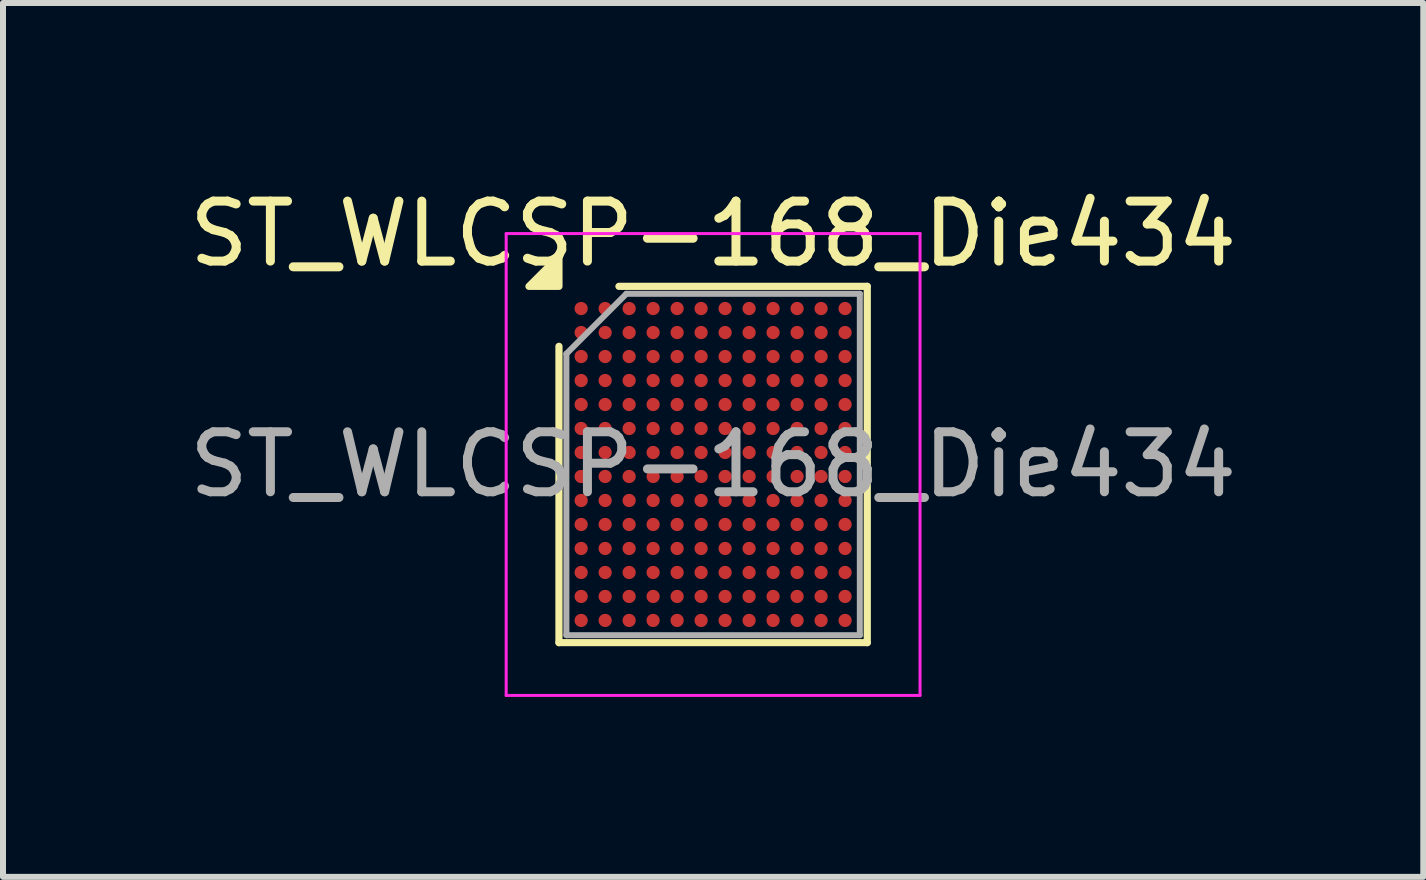
<source format=kicad_pcb>
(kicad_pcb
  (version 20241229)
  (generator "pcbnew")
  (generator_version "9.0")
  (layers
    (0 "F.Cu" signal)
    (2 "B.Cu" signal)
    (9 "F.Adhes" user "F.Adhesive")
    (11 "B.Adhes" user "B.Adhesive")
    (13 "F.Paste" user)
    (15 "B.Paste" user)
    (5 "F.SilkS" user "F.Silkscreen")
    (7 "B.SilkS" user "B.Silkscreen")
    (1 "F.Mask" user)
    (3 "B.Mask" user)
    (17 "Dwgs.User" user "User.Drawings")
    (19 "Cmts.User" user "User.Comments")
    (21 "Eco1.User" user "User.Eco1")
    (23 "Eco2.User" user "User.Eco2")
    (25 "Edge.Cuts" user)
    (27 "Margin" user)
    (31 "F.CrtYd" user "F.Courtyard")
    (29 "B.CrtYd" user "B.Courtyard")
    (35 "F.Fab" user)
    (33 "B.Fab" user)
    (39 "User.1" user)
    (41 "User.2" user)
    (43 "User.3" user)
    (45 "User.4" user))
  (footprint "ST_WLCSP-168_Die434"
    (layer "F.Cu")
    (at 8.839 4.694)
    (property "Reference" "ST_WLCSP-168_Die434" (at 0 -3.846 0) (layer "F.SilkS") (effects (font (size 1 1) (thickness 0.15))))
    (attr smd)
    (fp_line (start -2.57 2.97) (end -2.57 -1.97) (stroke (width 0.12) (type solid)) (layer "F.SilkS"))
    (fp_line (start -1.57 -2.97) (end 2.57 -2.97) (stroke (width 0.12) (type solid)) (layer "F.SilkS"))
    (fp_line (start 2.57 -2.97) (end 2.57 2.97) (stroke (width 0.12) (type solid)) (layer "F.SilkS"))
    (fp_line (start 2.57 2.97) (end -2.57 2.97) (stroke (width 0.12) (type solid)) (layer "F.SilkS"))
    (fp_poly (pts (xy -2.57 -2.97) (xy -3.07 -2.97) (xy -2.57 -3.47)) (stroke (width 0.12) (type solid)) (fill yes) (layer "F.SilkS"))
    (fp_line (start -3.45 -3.85) (end -3.45 3.85) (stroke (width 0.05) (type solid)) (layer "F.CrtYd"))
    (fp_line (start -3.45 3.85) (end 3.45 3.85) (stroke (width 0.05) (type solid)) (layer "F.CrtYd"))
    (fp_line (start 3.45 -3.85) (end -3.45 -3.85) (stroke (width 0.05) (type solid)) (layer "F.CrtYd"))
    (fp_line (start 3.45 3.85) (end 3.45 -3.85) (stroke (width 0.05) (type solid)) (layer "F.CrtYd"))
    (fp_line (start -2.446 -1.846) (end -1.446 -2.846) (stroke (width 0.1) (type solid)) (layer "F.Fab"))
    (fp_line (start -2.446 2.846) (end -2.446 -1.846) (stroke (width 0.1) (type solid)) (layer "F.Fab"))
    (fp_line (start -1.446 -2.846) (end 2.446 -2.846) (stroke (width 0.1) (type solid)) (layer "F.Fab"))
    (fp_line (start 2.446 -2.846) (end 2.446 2.846) (stroke (width 0.1) (type solid)) (layer "F.Fab"))
    (fp_line (start 2.446 2.846) (end -2.446 2.846) (stroke (width 0.1) (type solid)) (layer "F.Fab"))
    (fp_text user "${REFERENCE}" (at 0 0 0) (layer "F.Fab") (effects (font (size 1 1) (thickness 0.15))))
    (pad "A1" smd circle (at -2.2 -2.6) (size 0.22 0.22) (property pad_prop_bga) (layers "F.Cu" "F.Mask" "F.Paste"))
    (pad "A2" smd circle (at -1.8 -2.6) (size 0.22 0.22) (property pad_prop_bga) (layers "F.Cu" "F.Mask" "F.Paste"))
    (pad "A3" smd circle (at -1.4 -2.6) (size 0.22 0.22) (property pad_prop_bga) (layers "F.Cu" "F.Mask" "F.Paste"))
    (pad "A4" smd circle (at -1 -2.6) (size 0.22 0.22) (property pad_prop_bga) (layers "F.Cu" "F.Mask" "F.Paste"))
    (pad "A5" smd circle (at -0.6 -2.6) (size 0.22 0.22) (property pad_prop_bga) (layers "F.Cu" "F.Mask" "F.Paste"))
    (pad "A6" smd circle (at -0.2 -2.6) (size 0.22 0.22) (property pad_prop_bga) (layers "F.Cu" "F.Mask" "F.Paste"))
    (pad "A7" smd circle (at 0.2 -2.6) (size 0.22 0.22) (property pad_prop_bga) (layers "F.Cu" "F.Mask" "F.Paste"))
    (pad "A8" smd circle (at 0.6 -2.6) (size 0.22 0.22) (property pad_prop_bga) (layers "F.Cu" "F.Mask" "F.Paste"))
    (pad "A9" smd circle (at 1 -2.6) (size 0.22 0.22) (property pad_prop_bga) (layers "F.Cu" "F.Mask" "F.Paste"))
    (pad "A10" smd circle (at 1.4 -2.6) (size 0.22 0.22) (property pad_prop_bga) (layers "F.Cu" "F.Mask" "F.Paste"))
    (pad "A11" smd circle (at 1.8 -2.6) (size 0.22 0.22) (property pad_prop_bga) (layers "F.Cu" "F.Mask" "F.Paste"))
    (pad "A12" smd circle (at 2.2 -2.6) (size 0.22 0.22) (property pad_prop_bga) (layers "F.Cu" "F.Mask" "F.Paste"))
    (pad "B1" smd circle (at -2.2 -2.2) (size 0.22 0.22) (property pad_prop_bga) (layers "F.Cu" "F.Mask" "F.Paste"))
    (pad "B2" smd circle (at -1.8 -2.2) (size 0.22 0.22) (property pad_prop_bga) (layers "F.Cu" "F.Mask" "F.Paste"))
    (pad "B3" smd circle (at -1.4 -2.2) (size 0.22 0.22) (property pad_prop_bga) (layers "F.Cu" "F.Mask" "F.Paste"))
    (pad "B4" smd circle (at -1 -2.2) (size 0.22 0.22) (property pad_prop_bga) (layers "F.Cu" "F.Mask" "F.Paste"))
    (pad "B5" smd circle (at -0.6 -2.2) (size 0.22 0.22) (property pad_prop_bga) (layers "F.Cu" "F.Mask" "F.Paste"))
    (pad "B6" smd circle (at -0.2 -2.2) (size 0.22 0.22) (property pad_prop_bga) (layers "F.Cu" "F.Mask" "F.Paste"))
    (pad "B7" smd circle (at 0.2 -2.2) (size 0.22 0.22) (property pad_prop_bga) (layers "F.Cu" "F.Mask" "F.Paste"))
    (pad "B8" smd circle (at 0.6 -2.2) (size 0.22 0.22) (property pad_prop_bga) (layers "F.Cu" "F.Mask" "F.Paste"))
    (pad "B9" smd circle (at 1 -2.2) (size 0.22 0.22) (property pad_prop_bga) (layers "F.Cu" "F.Mask" "F.Paste"))
    (pad "B10" smd circle (at 1.4 -2.2) (size 0.22 0.22) (property pad_prop_bga) (layers "F.Cu" "F.Mask" "F.Paste"))
    (pad "B11" smd circle (at 1.8 -2.2) (size 0.22 0.22) (property pad_prop_bga) (layers "F.Cu" "F.Mask" "F.Paste"))
    (pad "B12" smd circle (at 2.2 -2.2) (size 0.22 0.22) (property pad_prop_bga) (layers "F.Cu" "F.Mask" "F.Paste"))
    (pad "C1" smd circle (at -2.2 -1.8) (size 0.22 0.22) (property pad_prop_bga) (layers "F.Cu" "F.Mask" "F.Paste"))
    (pad "C2" smd circle (at -1.8 -1.8) (size 0.22 0.22) (property pad_prop_bga) (layers "F.Cu" "F.Mask" "F.Paste"))
    (pad "C3" smd circle (at -1.4 -1.8) (size 0.22 0.22) (property pad_prop_bga) (layers "F.Cu" "F.Mask" "F.Paste"))
    (pad "C4" smd circle (at -1 -1.8) (size 0.22 0.22) (property pad_prop_bga) (layers "F.Cu" "F.Mask" "F.Paste"))
    (pad "C5" smd circle (at -0.6 -1.8) (size 0.22 0.22) (property pad_prop_bga) (layers "F.Cu" "F.Mask" "F.Paste"))
    (pad "C6" smd circle (at -0.2 -1.8) (size 0.22 0.22) (property pad_prop_bga) (layers "F.Cu" "F.Mask" "F.Paste"))
    (pad "C7" smd circle (at 0.2 -1.8) (size 0.22 0.22) (property pad_prop_bga) (layers "F.Cu" "F.Mask" "F.Paste"))
    (pad "C8" smd circle (at 0.6 -1.8) (size 0.22 0.22) (property pad_prop_bga) (layers "F.Cu" "F.Mask" "F.Paste"))
    (pad "C9" smd circle (at 1 -1.8) (size 0.22 0.22) (property pad_prop_bga) (layers "F.Cu" "F.Mask" "F.Paste"))
    (pad "C10" smd circle (at 1.4 -1.8) (size 0.22 0.22) (property pad_prop_bga) (layers "F.Cu" "F.Mask" "F.Paste"))
    (pad "C11" smd circle (at 1.8 -1.8) (size 0.22 0.22) (property pad_prop_bga) (layers "F.Cu" "F.Mask" "F.Paste"))
    (pad "C12" smd circle (at 2.2 -1.8) (size 0.22 0.22) (property pad_prop_bga) (layers "F.Cu" "F.Mask" "F.Paste"))
    (pad "D1" smd circle (at -2.2 -1.4) (size 0.22 0.22) (property pad_prop_bga) (layers "F.Cu" "F.Mask" "F.Paste"))
    (pad "D2" smd circle (at -1.8 -1.4) (size 0.22 0.22) (property pad_prop_bga) (layers "F.Cu" "F.Mask" "F.Paste"))
    (pad "D3" smd circle (at -1.4 -1.4) (size 0.22 0.22) (property pad_prop_bga) (layers "F.Cu" "F.Mask" "F.Paste"))
    (pad "D4" smd circle (at -1 -1.4) (size 0.22 0.22) (property pad_prop_bga) (layers "F.Cu" "F.Mask" "F.Paste"))
    (pad "D5" smd circle (at -0.6 -1.4) (size 0.22 0.22) (property pad_prop_bga) (layers "F.Cu" "F.Mask" "F.Paste"))
    (pad "D6" smd circle (at -0.2 -1.4) (size 0.22 0.22) (property pad_prop_bga) (layers "F.Cu" "F.Mask" "F.Paste"))
    (pad "D7" smd circle (at 0.2 -1.4) (size 0.22 0.22) (property pad_prop_bga) (layers "F.Cu" "F.Mask" "F.Paste"))
    (pad "D8" smd circle (at 0.6 -1.4) (size 0.22 0.22) (property pad_prop_bga) (layers "F.Cu" "F.Mask" "F.Paste"))
    (pad "D9" smd circle (at 1 -1.4) (size 0.22 0.22) (property pad_prop_bga) (layers "F.Cu" "F.Mask" "F.Paste"))
    (pad "D10" smd circle (at 1.4 -1.4) (size 0.22 0.22) (property pad_prop_bga) (layers "F.Cu" "F.Mask" "F.Paste"))
    (pad "D11" smd circle (at 1.8 -1.4) (size 0.22 0.22) (property pad_prop_bga) (layers "F.Cu" "F.Mask" "F.Paste"))
    (pad "D12" smd circle (at 2.2 -1.4) (size 0.22 0.22) (property pad_prop_bga) (layers "F.Cu" "F.Mask" "F.Paste"))
    (pad "E1" smd circle (at -2.2 -1) (size 0.22 0.22) (property pad_prop_bga) (layers "F.Cu" "F.Mask" "F.Paste"))
    (pad "E2" smd circle (at -1.8 -1) (size 0.22 0.22) (property pad_prop_bga) (layers "F.Cu" "F.Mask" "F.Paste"))
    (pad "E3" smd circle (at -1.4 -1) (size 0.22 0.22) (property pad_prop_bga) (layers "F.Cu" "F.Mask" "F.Paste"))
    (pad "E4" smd circle (at -1 -1) (size 0.22 0.22) (property pad_prop_bga) (layers "F.Cu" "F.Mask" "F.Paste"))
    (pad "E5" smd circle (at -0.6 -1) (size 0.22 0.22) (property pad_prop_bga) (layers "F.Cu" "F.Mask" "F.Paste"))
    (pad "E6" smd circle (at -0.2 -1) (size 0.22 0.22) (property pad_prop_bga) (layers "F.Cu" "F.Mask" "F.Paste"))
    (pad "E7" smd circle (at 0.2 -1) (size 0.22 0.22) (property pad_prop_bga) (layers "F.Cu" "F.Mask" "F.Paste"))
    (pad "E8" smd circle (at 0.6 -1) (size 0.22 0.22) (property pad_prop_bga) (layers "F.Cu" "F.Mask" "F.Paste"))
    (pad "E9" smd circle (at 1 -1) (size 0.22 0.22) (property pad_prop_bga) (layers "F.Cu" "F.Mask" "F.Paste"))
    (pad "E10" smd circle (at 1.4 -1) (size 0.22 0.22) (property pad_prop_bga) (layers "F.Cu" "F.Mask" "F.Paste"))
    (pad "E11" smd circle (at 1.8 -1) (size 0.22 0.22) (property pad_prop_bga) (layers "F.Cu" "F.Mask" "F.Paste"))
    (pad "E12" smd circle (at 2.2 -1) (size 0.22 0.22) (property pad_prop_bga) (layers "F.Cu" "F.Mask" "F.Paste"))
    (pad "F1" smd circle (at -2.2 -0.6) (size 0.22 0.22) (property pad_prop_bga) (layers "F.Cu" "F.Mask" "F.Paste"))
    (pad "F2" smd circle (at -1.8 -0.6) (size 0.22 0.22) (property pad_prop_bga) (layers "F.Cu" "F.Mask" "F.Paste"))
    (pad "F3" smd circle (at -1.4 -0.6) (size 0.22 0.22) (property pad_prop_bga) (layers "F.Cu" "F.Mask" "F.Paste"))
    (pad "F4" smd circle (at -1 -0.6) (size 0.22 0.22) (property pad_prop_bga) (layers "F.Cu" "F.Mask" "F.Paste"))
    (pad "F5" smd circle (at -0.6 -0.6) (size 0.22 0.22) (property pad_prop_bga) (layers "F.Cu" "F.Mask" "F.Paste"))
    (pad "F6" smd circle (at -0.2 -0.6) (size 0.22 0.22) (property pad_prop_bga) (layers "F.Cu" "F.Mask" "F.Paste"))
    (pad "F7" smd circle (at 0.2 -0.6) (size 0.22 0.22) (property pad_prop_bga) (layers "F.Cu" "F.Mask" "F.Paste"))
    (pad "F8" smd circle (at 0.6 -0.6) (size 0.22 0.22) (property pad_prop_bga) (layers "F.Cu" "F.Mask" "F.Paste"))
    (pad "F9" smd circle (at 1 -0.6) (size 0.22 0.22) (property pad_prop_bga) (layers "F.Cu" "F.Mask" "F.Paste"))
    (pad "F10" smd circle (at 1.4 -0.6) (size 0.22 0.22) (property pad_prop_bga) (layers "F.Cu" "F.Mask" "F.Paste"))
    (pad "F11" smd circle (at 1.8 -0.6) (size 0.22 0.22) (property pad_prop_bga) (layers "F.Cu" "F.Mask" "F.Paste"))
    (pad "F12" smd circle (at 2.2 -0.6) (size 0.22 0.22) (property pad_prop_bga) (layers "F.Cu" "F.Mask" "F.Paste"))
    (pad "G1" smd circle (at -2.2 -0.2) (size 0.22 0.22) (property pad_prop_bga) (layers "F.Cu" "F.Mask" "F.Paste"))
    (pad "G2" smd circle (at -1.8 -0.2) (size 0.22 0.22) (property pad_prop_bga) (layers "F.Cu" "F.Mask" "F.Paste"))
    (pad "G3" smd circle (at -1.4 -0.2) (size 0.22 0.22) (property pad_prop_bga) (layers "F.Cu" "F.Mask" "F.Paste"))
    (pad "G4" smd circle (at -1 -0.2) (size 0.22 0.22) (property pad_prop_bga) (layers "F.Cu" "F.Mask" "F.Paste"))
    (pad "G5" smd circle (at -0.6 -0.2) (size 0.22 0.22) (property pad_prop_bga) (layers "F.Cu" "F.Mask" "F.Paste"))
    (pad "G6" smd circle (at -0.2 -0.2) (size 0.22 0.22) (property pad_prop_bga) (layers "F.Cu" "F.Mask" "F.Paste"))
    (pad "G7" smd circle (at 0.2 -0.2) (size 0.22 0.22) (property pad_prop_bga) (layers "F.Cu" "F.Mask" "F.Paste"))
    (pad "G8" smd circle (at 0.6 -0.2) (size 0.22 0.22) (property pad_prop_bga) (layers "F.Cu" "F.Mask" "F.Paste"))
    (pad "G9" smd circle (at 1 -0.2) (size 0.22 0.22) (property pad_prop_bga) (layers "F.Cu" "F.Mask" "F.Paste"))
    (pad "G10" smd circle (at 1.4 -0.2) (size 0.22 0.22) (property pad_prop_bga) (layers "F.Cu" "F.Mask" "F.Paste"))
    (pad "G11" smd circle (at 1.8 -0.2) (size 0.22 0.22) (property pad_prop_bga) (layers "F.Cu" "F.Mask" "F.Paste"))
    (pad "G12" smd circle (at 2.2 -0.2) (size 0.22 0.22) (property pad_prop_bga) (layers "F.Cu" "F.Mask" "F.Paste"))
    (pad "H1" smd circle (at -2.2 0.2) (size 0.22 0.22) (property pad_prop_bga) (layers "F.Cu" "F.Mask" "F.Paste"))
    (pad "H2" smd circle (at -1.8 0.2) (size 0.22 0.22) (property pad_prop_bga) (layers "F.Cu" "F.Mask" "F.Paste"))
    (pad "H3" smd circle (at -1.4 0.2) (size 0.22 0.22) (property pad_prop_bga) (layers "F.Cu" "F.Mask" "F.Paste"))
    (pad "H4" smd circle (at -1 0.2) (size 0.22 0.22) (property pad_prop_bga) (layers "F.Cu" "F.Mask" "F.Paste"))
    (pad "H5" smd circle (at -0.6 0.2) (size 0.22 0.22) (property pad_prop_bga) (layers "F.Cu" "F.Mask" "F.Paste"))
    (pad "H6" smd circle (at -0.2 0.2) (size 0.22 0.22) (property pad_prop_bga) (layers "F.Cu" "F.Mask" "F.Paste"))
    (pad "H7" smd circle (at 0.2 0.2) (size 0.22 0.22) (property pad_prop_bga) (layers "F.Cu" "F.Mask" "F.Paste"))
    (pad "H8" smd circle (at 0.6 0.2) (size 0.22 0.22) (property pad_prop_bga) (layers "F.Cu" "F.Mask" "F.Paste"))
    (pad "H9" smd circle (at 1 0.2) (size 0.22 0.22) (property pad_prop_bga) (layers "F.Cu" "F.Mask" "F.Paste"))
    (pad "H10" smd circle (at 1.4 0.2) (size 0.22 0.22) (property pad_prop_bga) (layers "F.Cu" "F.Mask" "F.Paste"))
    (pad "H11" smd circle (at 1.8 0.2) (size 0.22 0.22) (property pad_prop_bga) (layers "F.Cu" "F.Mask" "F.Paste"))
    (pad "H12" smd circle (at 2.2 0.2) (size 0.22 0.22) (property pad_prop_bga) (layers "F.Cu" "F.Mask" "F.Paste"))
    (pad "J1" smd circle (at -2.2 0.6) (size 0.22 0.22) (property pad_prop_bga) (layers "F.Cu" "F.Mask" "F.Paste"))
    (pad "J2" smd circle (at -1.8 0.6) (size 0.22 0.22) (property pad_prop_bga) (layers "F.Cu" "F.Mask" "F.Paste"))
    (pad "J3" smd circle (at -1.4 0.6) (size 0.22 0.22) (property pad_prop_bga) (layers "F.Cu" "F.Mask" "F.Paste"))
    (pad "J4" smd circle (at -1 0.6) (size 0.22 0.22) (property pad_prop_bga) (layers "F.Cu" "F.Mask" "F.Paste"))
    (pad "J5" smd circle (at -0.6 0.6) (size 0.22 0.22) (property pad_prop_bga) (layers "F.Cu" "F.Mask" "F.Paste"))
    (pad "J6" smd circle (at -0.2 0.6) (size 0.22 0.22) (property pad_prop_bga) (layers "F.Cu" "F.Mask" "F.Paste"))
    (pad "J7" smd circle (at 0.2 0.6) (size 0.22 0.22) (property pad_prop_bga) (layers "F.Cu" "F.Mask" "F.Paste"))
    (pad "J8" smd circle (at 0.6 0.6) (size 0.22 0.22) (property pad_prop_bga) (layers "F.Cu" "F.Mask" "F.Paste"))
    (pad "J9" smd circle (at 1 0.6) (size 0.22 0.22) (property pad_prop_bga) (layers "F.Cu" "F.Mask" "F.Paste"))
    (pad "J10" smd circle (at 1.4 0.6) (size 0.22 0.22) (property pad_prop_bga) (layers "F.Cu" "F.Mask" "F.Paste"))
    (pad "J11" smd circle (at 1.8 0.6) (size 0.22 0.22) (property pad_prop_bga) (layers "F.Cu" "F.Mask" "F.Paste"))
    (pad "J12" smd circle (at 2.2 0.6) (size 0.22 0.22) (property pad_prop_bga) (layers "F.Cu" "F.Mask" "F.Paste"))
    (pad "K1" smd circle (at -2.2 1) (size 0.22 0.22) (property pad_prop_bga) (layers "F.Cu" "F.Mask" "F.Paste"))
    (pad "K2" smd circle (at -1.8 1) (size 0.22 0.22) (property pad_prop_bga) (layers "F.Cu" "F.Mask" "F.Paste"))
    (pad "K3" smd circle (at -1.4 1) (size 0.22 0.22) (property pad_prop_bga) (layers "F.Cu" "F.Mask" "F.Paste"))
    (pad "K4" smd circle (at -1 1) (size 0.22 0.22) (property pad_prop_bga) (layers "F.Cu" "F.Mask" "F.Paste"))
    (pad "K5" smd circle (at -0.6 1) (size 0.22 0.22) (property pad_prop_bga) (layers "F.Cu" "F.Mask" "F.Paste"))
    (pad "K6" smd circle (at -0.2 1) (size 0.22 0.22) (property pad_prop_bga) (layers "F.Cu" "F.Mask" "F.Paste"))
    (pad "K7" smd circle (at 0.2 1) (size 0.22 0.22) (property pad_prop_bga) (layers "F.Cu" "F.Mask" "F.Paste"))
    (pad "K8" smd circle (at 0.6 1) (size 0.22 0.22) (property pad_prop_bga) (layers "F.Cu" "F.Mask" "F.Paste"))
    (pad "K9" smd circle (at 1 1) (size 0.22 0.22) (property pad_prop_bga) (layers "F.Cu" "F.Mask" "F.Paste"))
    (pad "K10" smd circle (at 1.4 1) (size 0.22 0.22) (property pad_prop_bga) (layers "F.Cu" "F.Mask" "F.Paste"))
    (pad "K11" smd circle (at 1.8 1) (size 0.22 0.22) (property pad_prop_bga) (layers "F.Cu" "F.Mask" "F.Paste"))
    (pad "K12" smd circle (at 2.2 1) (size 0.22 0.22) (property pad_prop_bga) (layers "F.Cu" "F.Mask" "F.Paste"))
    (pad "L1" smd circle (at -2.2 1.4) (size 0.22 0.22) (property pad_prop_bga) (layers "F.Cu" "F.Mask" "F.Paste"))
    (pad "L2" smd circle (at -1.8 1.4) (size 0.22 0.22) (property pad_prop_bga) (layers "F.Cu" "F.Mask" "F.Paste"))
    (pad "L3" smd circle (at -1.4 1.4) (size 0.22 0.22) (property pad_prop_bga) (layers "F.Cu" "F.Mask" "F.Paste"))
    (pad "L4" smd circle (at -1 1.4) (size 0.22 0.22) (property pad_prop_bga) (layers "F.Cu" "F.Mask" "F.Paste"))
    (pad "L5" smd circle (at -0.6 1.4) (size 0.22 0.22) (property pad_prop_bga) (layers "F.Cu" "F.Mask" "F.Paste"))
    (pad "L6" smd circle (at -0.2 1.4) (size 0.22 0.22) (property pad_prop_bga) (layers "F.Cu" "F.Mask" "F.Paste"))
    (pad "L7" smd circle (at 0.2 1.4) (size 0.22 0.22) (property pad_prop_bga) (layers "F.Cu" "F.Mask" "F.Paste"))
    (pad "L8" smd circle (at 0.6 1.4) (size 0.22 0.22) (property pad_prop_bga) (layers "F.Cu" "F.Mask" "F.Paste"))
    (pad "L9" smd circle (at 1 1.4) (size 0.22 0.22) (property pad_prop_bga) (layers "F.Cu" "F.Mask" "F.Paste"))
    (pad "L10" smd circle (at 1.4 1.4) (size 0.22 0.22) (property pad_prop_bga) (layers "F.Cu" "F.Mask" "F.Paste"))
    (pad "L11" smd circle (at 1.8 1.4) (size 0.22 0.22) (property pad_prop_bga) (layers "F.Cu" "F.Mask" "F.Paste"))
    (pad "L12" smd circle (at 2.2 1.4) (size 0.22 0.22) (property pad_prop_bga) (layers "F.Cu" "F.Mask" "F.Paste"))
    (pad "M1" smd circle (at -2.2 1.8) (size 0.22 0.22) (property pad_prop_bga) (layers "F.Cu" "F.Mask" "F.Paste"))
    (pad "M2" smd circle (at -1.8 1.8) (size 0.22 0.22) (property pad_prop_bga) (layers "F.Cu" "F.Mask" "F.Paste"))
    (pad "M3" smd circle (at -1.4 1.8) (size 0.22 0.22) (property pad_prop_bga) (layers "F.Cu" "F.Mask" "F.Paste"))
    (pad "M4" smd circle (at -1 1.8) (size 0.22 0.22) (property pad_prop_bga) (layers "F.Cu" "F.Mask" "F.Paste"))
    (pad "M5" smd circle (at -0.6 1.8) (size 0.22 0.22) (property pad_prop_bga) (layers "F.Cu" "F.Mask" "F.Paste"))
    (pad "M6" smd circle (at -0.2 1.8) (size 0.22 0.22) (property pad_prop_bga) (layers "F.Cu" "F.Mask" "F.Paste"))
    (pad "M7" smd circle (at 0.2 1.8) (size 0.22 0.22) (property pad_prop_bga) (layers "F.Cu" "F.Mask" "F.Paste"))
    (pad "M8" smd circle (at 0.6 1.8) (size 0.22 0.22) (property pad_prop_bga) (layers "F.Cu" "F.Mask" "F.Paste"))
    (pad "M9" smd circle (at 1 1.8) (size 0.22 0.22) (property pad_prop_bga) (layers "F.Cu" "F.Mask" "F.Paste"))
    (pad "M10" smd circle (at 1.4 1.8) (size 0.22 0.22) (property pad_prop_bga) (layers "F.Cu" "F.Mask" "F.Paste"))
    (pad "M11" smd circle (at 1.8 1.8) (size 0.22 0.22) (property pad_prop_bga) (layers "F.Cu" "F.Mask" "F.Paste"))
    (pad "M12" smd circle (at 2.2 1.8) (size 0.22 0.22) (property pad_prop_bga) (layers "F.Cu" "F.Mask" "F.Paste"))
    (pad "N1" smd circle (at -2.2 2.2) (size 0.22 0.22) (property pad_prop_bga) (layers "F.Cu" "F.Mask" "F.Paste"))
    (pad "N2" smd circle (at -1.8 2.2) (size 0.22 0.22) (property pad_prop_bga) (layers "F.Cu" "F.Mask" "F.Paste"))
    (pad "N3" smd circle (at -1.4 2.2) (size 0.22 0.22) (property pad_prop_bga) (layers "F.Cu" "F.Mask" "F.Paste"))
    (pad "N4" smd circle (at -1 2.2) (size 0.22 0.22) (property pad_prop_bga) (layers "F.Cu" "F.Mask" "F.Paste"))
    (pad "N5" smd circle (at -0.6 2.2) (size 0.22 0.22) (property pad_prop_bga) (layers "F.Cu" "F.Mask" "F.Paste"))
    (pad "N6" smd circle (at -0.2 2.2) (size 0.22 0.22) (property pad_prop_bga) (layers "F.Cu" "F.Mask" "F.Paste"))
    (pad "N7" smd circle (at 0.2 2.2) (size 0.22 0.22) (property pad_prop_bga) (layers "F.Cu" "F.Mask" "F.Paste"))
    (pad "N8" smd circle (at 0.6 2.2) (size 0.22 0.22) (property pad_prop_bga) (layers "F.Cu" "F.Mask" "F.Paste"))
    (pad "N9" smd circle (at 1 2.2) (size 0.22 0.22) (property pad_prop_bga) (layers "F.Cu" "F.Mask" "F.Paste"))
    (pad "N10" smd circle (at 1.4 2.2) (size 0.22 0.22) (property pad_prop_bga) (layers "F.Cu" "F.Mask" "F.Paste"))
    (pad "N11" smd circle (at 1.8 2.2) (size 0.22 0.22) (property pad_prop_bga) (layers "F.Cu" "F.Mask" "F.Paste"))
    (pad "N12" smd circle (at 2.2 2.2) (size 0.22 0.22) (property pad_prop_bga) (layers "F.Cu" "F.Mask" "F.Paste"))
    (pad "P1" smd circle (at -2.2 2.6) (size 0.22 0.22) (property pad_prop_bga) (layers "F.Cu" "F.Mask" "F.Paste"))
    (pad "P2" smd circle (at -1.8 2.6) (size 0.22 0.22) (property pad_prop_bga) (layers "F.Cu" "F.Mask" "F.Paste"))
    (pad "P3" smd circle (at -1.4 2.6) (size 0.22 0.22) (property pad_prop_bga) (layers "F.Cu" "F.Mask" "F.Paste"))
    (pad "P4" smd circle (at -1 2.6) (size 0.22 0.22) (property pad_prop_bga) (layers "F.Cu" "F.Mask" "F.Paste"))
    (pad "P5" smd circle (at -0.6 2.6) (size 0.22 0.22) (property pad_prop_bga) (layers "F.Cu" "F.Mask" "F.Paste"))
    (pad "P6" smd circle (at -0.2 2.6) (size 0.22 0.22) (property pad_prop_bga) (layers "F.Cu" "F.Mask" "F.Paste"))
    (pad "P7" smd circle (at 0.2 2.6) (size 0.22 0.22) (property pad_prop_bga) (layers "F.Cu" "F.Mask" "F.Paste"))
    (pad "P8" smd circle (at 0.6 2.6) (size 0.22 0.22) (property pad_prop_bga) (layers "F.Cu" "F.Mask" "F.Paste"))
    (pad "P9" smd circle (at 1 2.6) (size 0.22 0.22) (property pad_prop_bga) (layers "F.Cu" "F.Mask" "F.Paste"))
    (pad "P10" smd circle (at 1.4 2.6) (size 0.22 0.22) (property pad_prop_bga) (layers "F.Cu" "F.Mask" "F.Paste"))
    (pad "P11" smd circle (at 1.8 2.6) (size 0.22 0.22) (property pad_prop_bga) (layers "F.Cu" "F.Mask" "F.Paste"))
    (pad "P12" smd circle (at 2.2 2.6) (size 0.22 0.22) (property pad_prop_bga) (layers "F.Cu" "F.Mask" "F.Paste")))
  (gr_rect
    (start -3 -3)
    (end 20.679 11.569)
    (stroke (width 0.1) (type default))
    (fill no)
    (layer "Edge.Cuts")))
</source>
